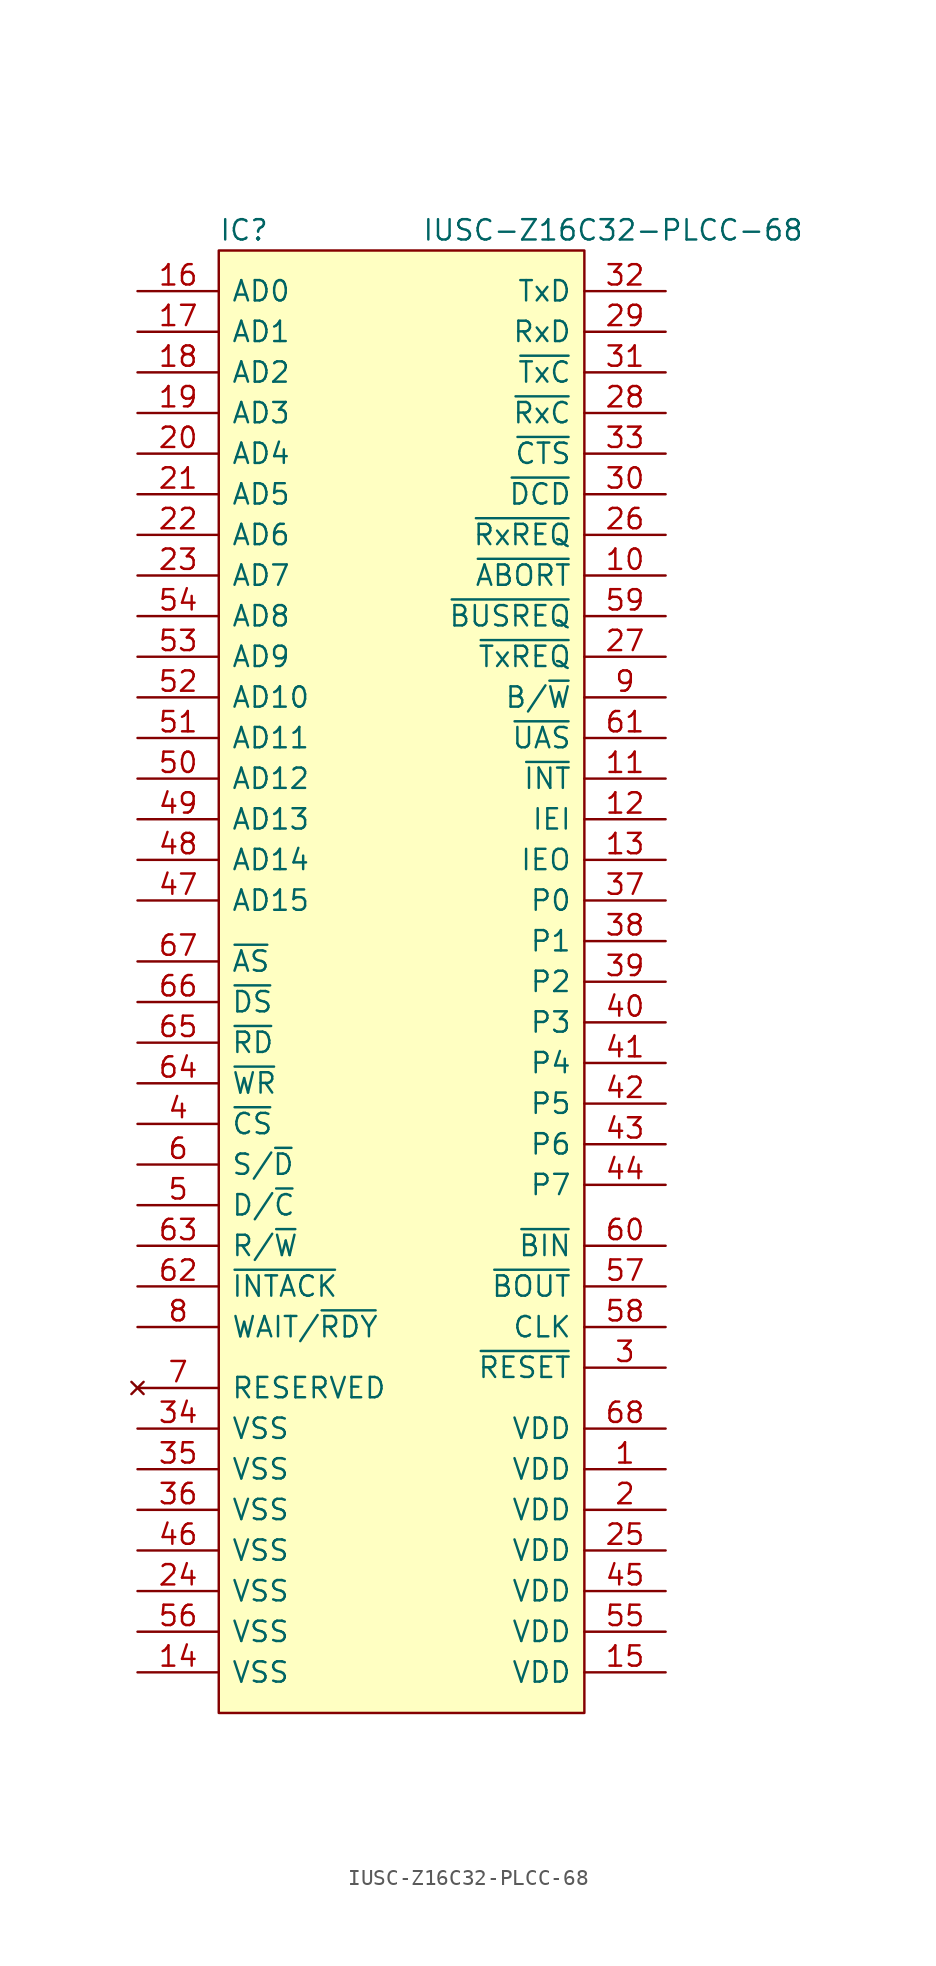
<source format=kicad_sym>
(kicad_symbol_lib
  (version 20220914)
  (generator kicad_symbol_editor)
  (symbol "IUSC-Z16C32-PLCC-68"
    (pin_names
      (offset 0.762))
    (property "Reference" "IC"
      (at 0 1.27 0)
      (effects (font (size 1.27 1.27)) (justify left)))
    (property "Value" "IUSC-Z16C32-PLCC-68"
      (at 12.7 1.27 0)
      (effects (font (size 1.27 1.27)) (justify left)))
    (symbol "IUSC-Z16C32-PLCC-68_0_0"
      (pin power_in line (at 27.94 -76.2 180) (length 5.08) (name "VDD" (effects (font (size 1.27 1.27)))) (number "1" (effects (font (size 1.27 1.27)))))
      (pin bidirectional line (at 27.94 -20.32 180) (length 5.08) (name "~{ABORT}" (effects (font (size 1.27 1.27)))) (number "10" (effects (font (size 1.27 1.27)))))
      (pin output line (at 27.94 -33.02 180) (length 5.08) (name "~{INT}" (effects (font (size 1.27 1.27)))) (number "11" (effects (font (size 1.27 1.27)))))
      (pin input line (at 27.94 -35.56 180) (length 5.08) (name "IEI" (effects (font (size 1.27 1.27)))) (number "12" (effects (font (size 1.27 1.27)))))
      (pin output line (at 27.94 -38.1 180) (length 5.08) (name "IEO" (effects (font (size 1.27 1.27)))) (number "13" (effects (font (size 1.27 1.27)))))
      (pin power_in line (at -5.08 -88.9 0) (length 5.08) (name "VSS" (effects (font (size 1.27 1.27)))) (number "14" (effects (font (size 1.27 1.27)))))
      (pin power_in line (at 27.94 -88.9 180) (length 5.08) (name "VDD" (effects (font (size 1.27 1.27)))) (number "15" (effects (font (size 1.27 1.27)))))
      (pin bidirectional line (at -5.08 -2.54 0) (length 5.08) (name "AD0" (effects (font (size 1.27 1.27)))) (number "16" (effects (font (size 1.27 1.27)))))
      (pin bidirectional line (at -5.08 -5.08 0) (length 5.08) (name "AD1" (effects (font (size 1.27 1.27)))) (number "17" (effects (font (size 1.27 1.27)))))
      (pin bidirectional line (at -5.08 -7.62 0) (length 5.08) (name "AD2" (effects (font (size 1.27 1.27)))) (number "18" (effects (font (size 1.27 1.27)))))
      (pin bidirectional line (at -5.08 -10.16 0) (length 5.08) (name "AD3" (effects (font (size 1.27 1.27)))) (number "19" (effects (font (size 1.27 1.27)))))
      (pin power_in line (at 27.94 -78.74 180) (length 5.08) (name "VDD" (effects (font (size 1.27 1.27)))) (number "2" (effects (font (size 1.27 1.27)))))
      (pin bidirectional line (at -5.08 -12.7 0) (length 5.08) (name "AD4" (effects (font (size 1.27 1.27)))) (number "20" (effects (font (size 1.27 1.27)))))
      (pin bidirectional line (at -5.08 -15.24 0) (length 5.08) (name "AD5" (effects (font (size 1.27 1.27)))) (number "21" (effects (font (size 1.27 1.27)))))
      (pin bidirectional line (at -5.08 -17.78 0) (length 5.08) (name "AD6" (effects (font (size 1.27 1.27)))) (number "22" (effects (font (size 1.27 1.27)))))
      (pin bidirectional line (at -5.08 -20.32 0) (length 5.08) (name "AD7" (effects (font (size 1.27 1.27)))) (number "23" (effects (font (size 1.27 1.27)))))
      (pin power_in line (at -5.08 -83.82 0) (length 5.08) (name "VSS" (effects (font (size 1.27 1.27)))) (number "24" (effects (font (size 1.27 1.27)))))
      (pin power_in line (at 27.94 -81.28 180) (length 5.08) (name "VDD" (effects (font (size 1.27 1.27)))) (number "25" (effects (font (size 1.27 1.27)))))
      (pin bidirectional line (at 27.94 -17.78 180) (length 5.08) (name "~{RxREQ}" (effects (font (size 1.27 1.27)))) (number "26" (effects (font (size 1.27 1.27)))))
      (pin bidirectional line (at 27.94 -25.4 180) (length 5.08) (name "~{TxREQ}" (effects (font (size 1.27 1.27)))) (number "27" (effects (font (size 1.27 1.27)))))
      (pin bidirectional line (at 27.94 -10.16 180) (length 5.08) (name "~{RxC}" (effects (font (size 1.27 1.27)))) (number "28" (effects (font (size 1.27 1.27)))))
      (pin input line (at 27.94 -5.08 180) (length 5.08) (name "RxD" (effects (font (size 1.27 1.27)))) (number "29" (effects (font (size 1.27 1.27)))))
      (pin input line (at 27.94 -69.85 180) (length 5.08) (name "~{RESET}" (effects (font (size 1.27 1.27)))) (number "3" (effects (font (size 1.27 1.27)))))
      (pin bidirectional line (at 27.94 -15.24 180) (length 5.08) (name "~{DCD}" (effects (font (size 1.27 1.27)))) (number "30" (effects (font (size 1.27 1.27)))))
      (pin bidirectional line (at 27.94 -7.62 180) (length 5.08) (name "~{TxC}" (effects (font (size 1.27 1.27)))) (number "31" (effects (font (size 1.27 1.27)))))
      (pin output line (at 27.94 -2.54 180) (length 5.08) (name "TxD" (effects (font (size 1.27 1.27)))) (number "32" (effects (font (size 1.27 1.27)))))
      (pin bidirectional line (at 27.94 -12.7 180) (length 5.08) (name "~{CTS}" (effects (font (size 1.27 1.27)))) (number "33" (effects (font (size 1.27 1.27)))))
      (pin power_in line (at -5.08 -73.66 0) (length 5.08) (name "VSS" (effects (font (size 1.27 1.27)))) (number "34" (effects (font (size 1.27 1.27)))))
      (pin power_in line (at -5.08 -76.2 0) (length 5.08) (name "VSS" (effects (font (size 1.27 1.27)))) (number "35" (effects (font (size 1.27 1.27)))))
      (pin power_in line (at -5.08 -78.74 0) (length 5.08) (name "VSS" (effects (font (size 1.27 1.27)))) (number "36" (effects (font (size 1.27 1.27)))))
      (pin bidirectional line (at 27.94 -40.64 180) (length 5.08) (name "P0" (effects (font (size 1.27 1.27)))) (number "37" (effects (font (size 1.27 1.27)))))
      (pin bidirectional line (at 27.94 -43.18 180) (length 5.08) (name "P1" (effects (font (size 1.27 1.27)))) (number "38" (effects (font (size 1.27 1.27)))))
      (pin bidirectional line (at 27.94 -45.72 180) (length 5.08) (name "P2" (effects (font (size 1.27 1.27)))) (number "39" (effects (font (size 1.27 1.27)))))
      (pin input line (at -5.08 -54.61 0) (length 5.08) (name "~{CS}" (effects (font (size 1.27 1.27)))) (number "4" (effects (font (size 1.27 1.27)))))
      (pin bidirectional line (at 27.94 -48.26 180) (length 5.08) (name "P3" (effects (font (size 1.27 1.27)))) (number "40" (effects (font (size 1.27 1.27)))))
      (pin bidirectional line (at 27.94 -50.8 180) (length 5.08) (name "P4" (effects (font (size 1.27 1.27)))) (number "41" (effects (font (size 1.27 1.27)))))
      (pin bidirectional line (at 27.94 -53.34 180) (length 5.08) (name "P5" (effects (font (size 1.27 1.27)))) (number "42" (effects (font (size 1.27 1.27)))))
      (pin bidirectional line (at 27.94 -55.88 180) (length 5.08) (name "P6" (effects (font (size 1.27 1.27)))) (number "43" (effects (font (size 1.27 1.27)))))
      (pin bidirectional line (at 27.94 -58.42 180) (length 5.08) (name "P7" (effects (font (size 1.27 1.27)))) (number "44" (effects (font (size 1.27 1.27)))))
      (pin power_in line (at 27.94 -83.82 180) (length 5.08) (name "VDD" (effects (font (size 1.27 1.27)))) (number "45" (effects (font (size 1.27 1.27)))))
      (pin power_in line (at -5.08 -81.28 0) (length 5.08) (name "VSS" (effects (font (size 1.27 1.27)))) (number "46" (effects (font (size 1.27 1.27)))))
      (pin bidirectional line (at -5.08 -40.64 0) (length 5.08) (name "AD15" (effects (font (size 1.27 1.27)))) (number "47" (effects (font (size 1.27 1.27)))))
      (pin bidirectional line (at -5.08 -38.1 0) (length 5.08) (name "AD14" (effects (font (size 1.27 1.27)))) (number "48" (effects (font (size 1.27 1.27)))))
      (pin bidirectional line (at -5.08 -35.56 0) (length 5.08) (name "AD13" (effects (font (size 1.27 1.27)))) (number "49" (effects (font (size 1.27 1.27)))))
      (pin input line (at -5.08 -59.69 0) (length 5.08) (name "D/~{C}" (effects (font (size 1.27 1.27)))) (number "5" (effects (font (size 1.27 1.27)))))
      (pin bidirectional line (at -5.08 -33.02 0) (length 5.08) (name "AD12" (effects (font (size 1.27 1.27)))) (number "50" (effects (font (size 1.27 1.27)))))
      (pin bidirectional line (at -5.08 -30.48 0) (length 5.08) (name "AD11" (effects (font (size 1.27 1.27)))) (number "51" (effects (font (size 1.27 1.27)))))
      (pin bidirectional line (at -5.08 -27.94 0) (length 5.08) (name "AD10" (effects (font (size 1.27 1.27)))) (number "52" (effects (font (size 1.27 1.27)))))
      (pin bidirectional line (at -5.08 -25.4 0) (length 5.08) (name "AD9" (effects (font (size 1.27 1.27)))) (number "53" (effects (font (size 1.27 1.27)))))
      (pin bidirectional line (at -5.08 -22.86 0) (length 5.08) (name "AD8" (effects (font (size 1.27 1.27)))) (number "54" (effects (font (size 1.27 1.27)))))
      (pin power_in line (at 27.94 -86.36 180) (length 5.08) (name "VDD" (effects (font (size 1.27 1.27)))) (number "55" (effects (font (size 1.27 1.27)))))
      (pin power_in line (at -5.08 -86.36 0) (length 5.08) (name "VSS" (effects (font (size 1.27 1.27)))) (number "56" (effects (font (size 1.27 1.27)))))
      (pin output line (at 27.94 -64.77 180) (length 5.08) (name "~{BOUT}" (effects (font (size 1.27 1.27)))) (number "57" (effects (font (size 1.27 1.27)))))
      (pin input line (at 27.94 -67.31 180) (length 5.08) (name "CLK" (effects (font (size 1.27 1.27)))) (number "58" (effects (font (size 1.27 1.27)))))
      (pin output line (at 27.94 -22.86 180) (length 5.08) (name "~{BUSREQ}" (effects (font (size 1.27 1.27)))) (number "59" (effects (font (size 1.27 1.27)))))
      (pin input line (at -5.08 -57.15 0) (length 5.08) (name "S/~{D}" (effects (font (size 1.27 1.27)))) (number "6" (effects (font (size 1.27 1.27)))))
      (pin input line (at 27.94 -62.23 180) (length 5.08) (name "~{BIN}" (effects (font (size 1.27 1.27)))) (number "60" (effects (font (size 1.27 1.27)))))
      (pin bidirectional line (at 27.94 -30.48 180) (length 5.08) (name "~{UAS}" (effects (font (size 1.27 1.27)))) (number "61" (effects (font (size 1.27 1.27)))))
      (pin input line (at -5.08 -64.77 0) (length 5.08) (name "~{INTACK}" (effects (font (size 1.27 1.27)))) (number "62" (effects (font (size 1.27 1.27)))))
      (pin input line (at -5.08 -62.23 0) (length 5.08) (name "R/~{W}" (effects (font (size 1.27 1.27)))) (number "63" (effects (font (size 1.27 1.27)))))
      (pin input line (at -5.08 -52.07 0) (length 5.08) (name "~{WR}" (effects (font (size 1.27 1.27)))) (number "64" (effects (font (size 1.27 1.27)))))
      (pin input line (at -5.08 -49.53 0) (length 5.08) (name "~{RD}" (effects (font (size 1.27 1.27)))) (number "65" (effects (font (size 1.27 1.27)))))
      (pin input line (at -5.08 -46.99 0) (length 5.08) (name "~{DS}" (effects (font (size 1.27 1.27)))) (number "66" (effects (font (size 1.27 1.27)))))
      (pin input line (at -5.08 -44.45 0) (length 5.08) (name "~{AS}" (effects (font (size 1.27 1.27)))) (number "67" (effects (font (size 1.27 1.27)))))
      (pin power_in line (at 27.94 -73.66 180) (length 5.08) (name "VDD" (effects (font (size 1.27 1.27)))) (number "68" (effects (font (size 1.27 1.27)))))
      (pin no_connect line (at -5.08 -71.12 0) (length 5.08) (name "RESERVED" (effects (font (size 1.27 1.27)))) (number "7" (effects (font (size 1.27 1.27)))))
      (pin output line (at -5.08 -67.31 0) (length 5.08) (name "WAIT/~{RDY}" (effects (font (size 1.27 1.27)))) (number "8" (effects (font (size 1.27 1.27)))))
      (pin bidirectional line (at 27.94 -27.94 180) (length 5.08) (name "B/~{W}" (effects (font (size 1.27 1.27)))) (number "9" (effects (font (size 1.27 1.27))))))
    (symbol "IUSC-Z16C32-PLCC-68_0_1"
      (rectangle (start 0 0) (end 22.86 -91.44) (stroke (width 0) (type solid)) (fill (type background))))))
</source>
